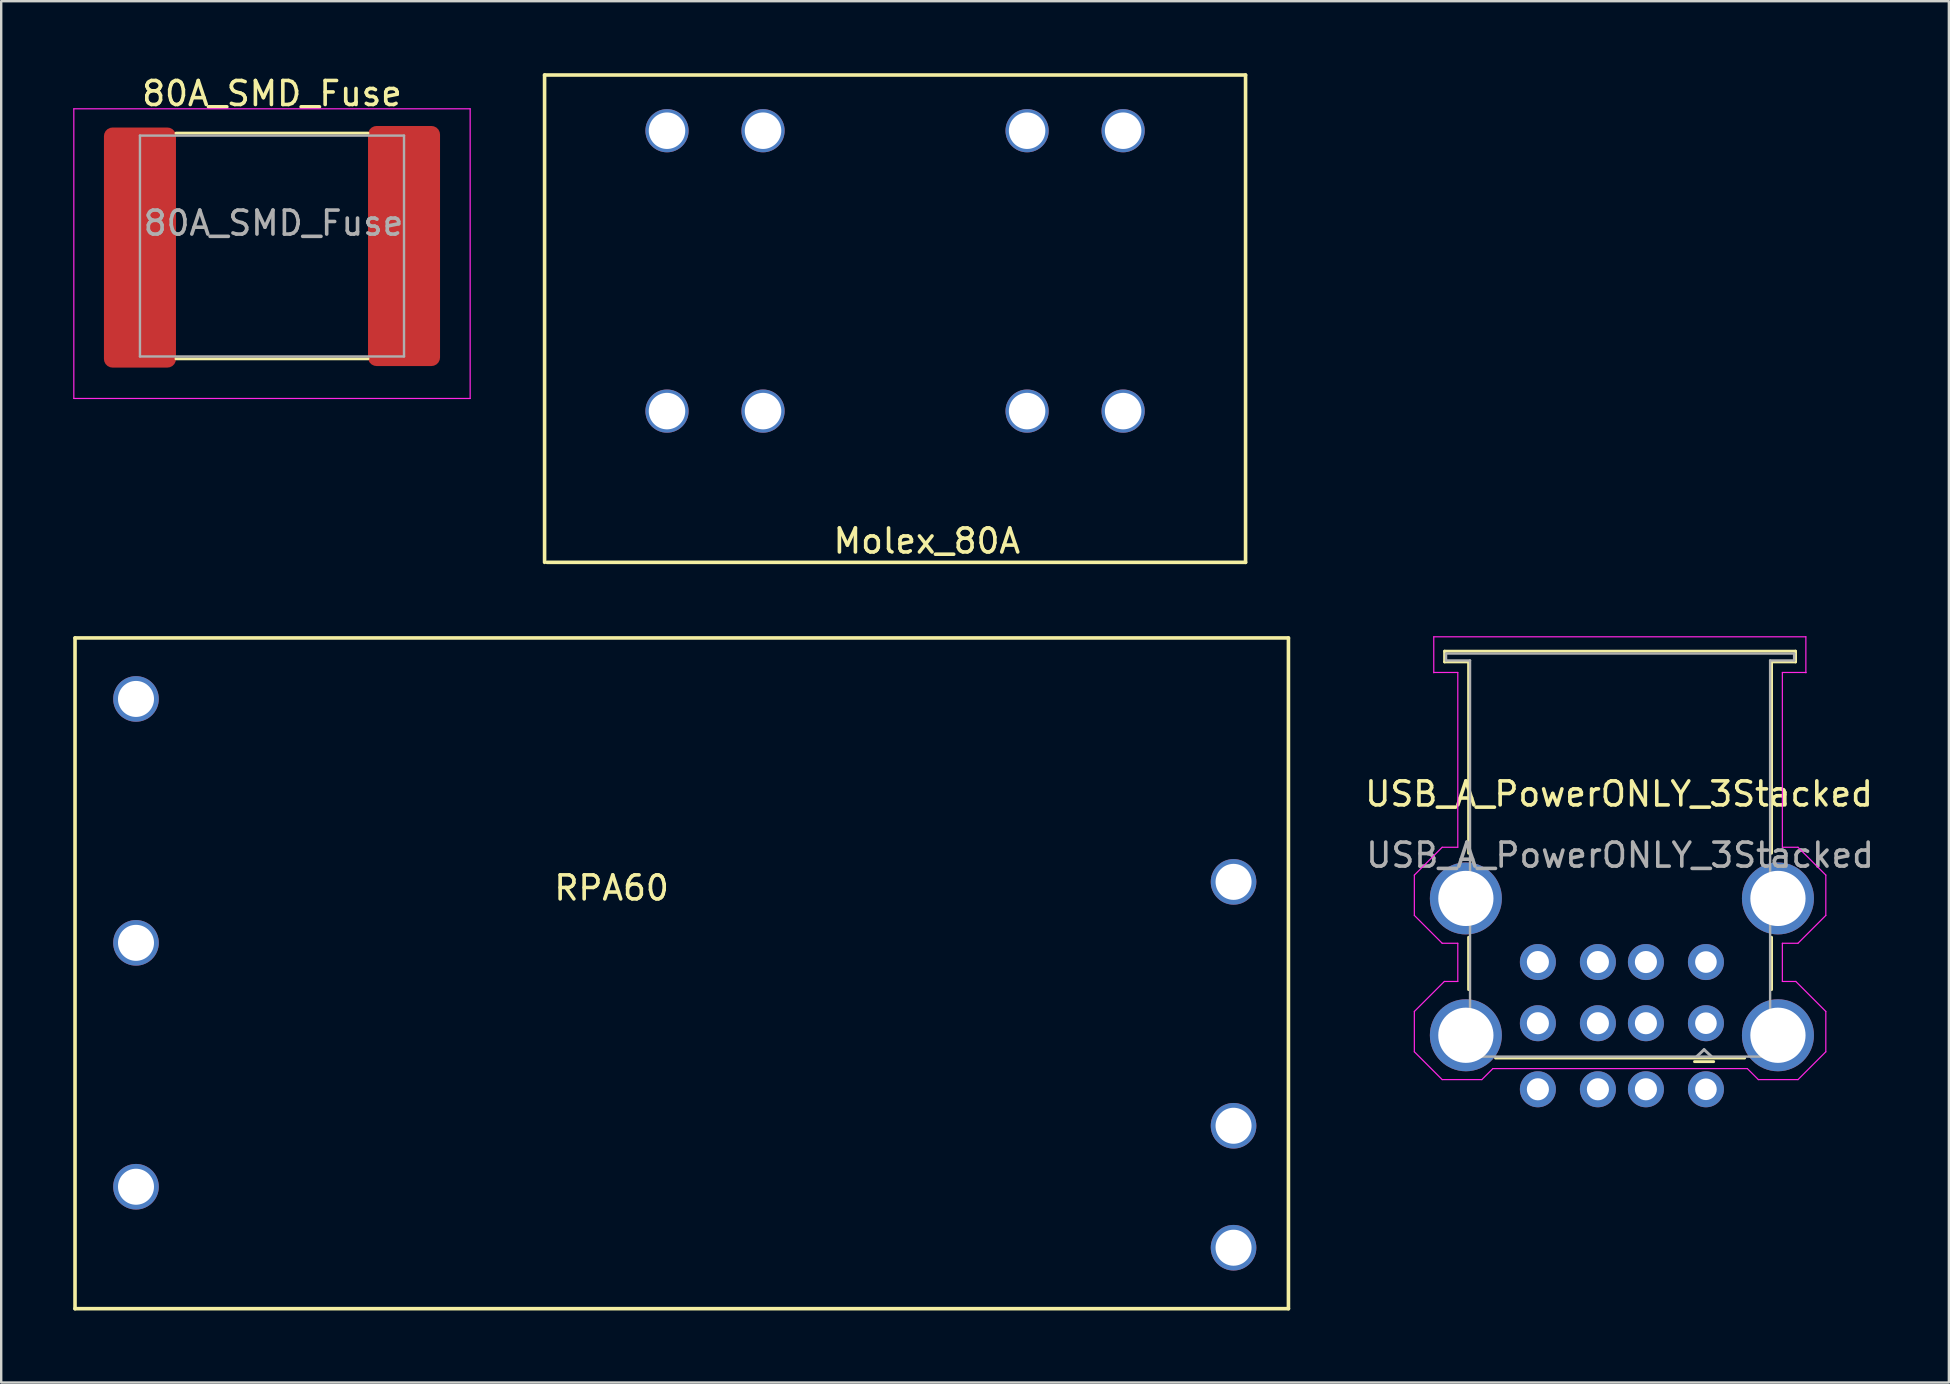
<source format=kicad_pcb>
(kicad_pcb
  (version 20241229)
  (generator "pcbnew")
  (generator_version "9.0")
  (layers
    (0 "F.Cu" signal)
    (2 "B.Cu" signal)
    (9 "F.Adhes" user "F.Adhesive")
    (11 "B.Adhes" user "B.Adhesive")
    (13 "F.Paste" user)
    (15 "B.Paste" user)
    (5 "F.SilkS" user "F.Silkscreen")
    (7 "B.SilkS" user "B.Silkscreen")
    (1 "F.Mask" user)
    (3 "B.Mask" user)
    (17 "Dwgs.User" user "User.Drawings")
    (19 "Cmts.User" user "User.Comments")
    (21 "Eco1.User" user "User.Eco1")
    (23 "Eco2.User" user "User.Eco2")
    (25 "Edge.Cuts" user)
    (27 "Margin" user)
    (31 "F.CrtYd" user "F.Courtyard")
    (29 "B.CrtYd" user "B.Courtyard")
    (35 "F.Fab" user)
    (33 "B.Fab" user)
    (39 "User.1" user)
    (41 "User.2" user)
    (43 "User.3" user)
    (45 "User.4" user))
  (footprint "USB_A_PowerONLY_3Stacked"
    (layer "F.Cu")
    (at 68.012 39.675)
    (property "Reference" "USB_A_PowerONLY_3Stacked" (at -3.619 -9.652 0) (layer "F.SilkS") (effects (font (size 1 1) (thickness 0.15))))
    (attr through_hole)
    (fp_line (start -10.886 -15.6) (end 3.734 -15.6) (stroke (width 0.12) (type solid)) (layer "F.SilkS"))
    (fp_line (start -10.886 -15.152) (end -10.886 -15.6) (stroke (width 0.12) (type solid)) (layer "F.SilkS"))
    (fp_line (start -9.886 -15.152) (end -10.886 -15.152) (stroke (width 0.12) (type solid)) (layer "F.SilkS"))
    (fp_line (start -9.886 -7.182) (end -9.886 -15.152) (stroke (width 0.12) (type solid)) (layer "F.SilkS"))
    (fp_line (start -9.886 -3.682) (end -9.886 -1.502) (stroke (width 0.12) (type solid)) (layer "F.SilkS"))
    (fp_line (start -0.476 1.498) (end 0.324 1.498) (stroke (width 0.12) (type solid)) (layer "F.SilkS"))
    (fp_line (start 1.614 1.348) (end -8.766 1.348) (stroke (width 0.12) (type solid)) (layer "F.SilkS"))
    (fp_line (start 2.734 -15.152) (end 2.734 -7.182) (stroke (width 0.12) (type solid)) (layer "F.SilkS"))
    (fp_line (start 2.734 -3.682) (end 2.734 -1.502) (stroke (width 0.12) (type solid)) (layer "F.SilkS"))
    (fp_line (start 3.734 -15.6) (end 3.734 -15.152) (stroke (width 0.12) (type solid)) (layer "F.SilkS"))
    (fp_line (start 3.734 -15.152) (end 2.734 -15.152) (stroke (width 0.12) (type solid)) (layer "F.SilkS"))
    (fp_line (start -12.146 -6.272) (end -10.986 -7.432) (stroke (width 0.05) (type solid)) (layer "F.CrtYd"))
    (fp_line (start -12.146 -4.592) (end -12.146 -6.272) (stroke (width 0.05) (type solid)) (layer "F.CrtYd"))
    (fp_line (start -12.146 -0.592) (end -10.896 -1.842) (stroke (width 0.05) (type solid)) (layer "F.CrtYd"))
    (fp_line (start -12.146 1.088) (end -12.146 -0.592) (stroke (width 0.05) (type solid)) (layer "F.CrtYd"))
    (fp_line (start -11.337 -16.2) (end -11.337 -14.7) (stroke (width 0.05) (type solid)) (layer "F.CrtYd"))
    (fp_line (start -11.337 -16.199) (end 4.163 -16.199) (stroke (width 0.05) (type solid)) (layer "F.CrtYd"))
    (fp_line (start -10.986 -3.432) (end -12.146 -4.592) (stroke (width 0.05) (type solid)) (layer "F.CrtYd"))
    (fp_line (start -10.986 2.248) (end -12.146 1.088) (stroke (width 0.05) (type solid)) (layer "F.CrtYd"))
    (fp_line (start -10.986 2.248) (end -9.336 2.248) (stroke (width 0.05) (type solid)) (layer "F.CrtYd"))
    (fp_line (start -10.336 -14.712) (end -11.326 -14.712) (stroke (width 0.05) (type solid)) (layer "F.CrtYd"))
    (fp_line (start -10.336 -7.432) (end -10.986 -7.432) (stroke (width 0.05) (type solid)) (layer "F.CrtYd"))
    (fp_line (start -10.336 -7.432) (end -10.336 -14.712) (stroke (width 0.05) (type solid)) (layer "F.CrtYd"))
    (fp_line (start -10.336 -3.432) (end -10.986 -3.432) (stroke (width 0.05) (type solid)) (layer "F.CrtYd"))
    (fp_line (start -10.336 -1.842) (end -10.896 -1.842) (stroke (width 0.05) (type solid)) (layer "F.CrtYd"))
    (fp_line (start -10.336 -1.842) (end -10.336 -3.432) (stroke (width 0.05) (type solid)) (layer "F.CrtYd"))
    (fp_line (start -9.336 2.248) (end -8.876 1.788) (stroke (width 0.05) (type solid)) (layer "F.CrtYd"))
    (fp_line (start -8.876 1.788) (end 1.724 1.788) (stroke (width 0.05) (type solid)) (layer "F.CrtYd"))
    (fp_line (start 2.184 2.248) (end 1.724 1.788) (stroke (width 0.05) (type solid)) (layer "F.CrtYd"))
    (fp_line (start 2.184 2.248) (end 3.834 2.248) (stroke (width 0.05) (type solid)) (layer "F.CrtYd"))
    (fp_line (start 3.184 -14.712) (end 4.174 -14.712) (stroke (width 0.05) (type solid)) (layer "F.CrtYd"))
    (fp_line (start 3.184 -7.432) (end 3.184 -14.712) (stroke (width 0.05) (type solid)) (layer "F.CrtYd"))
    (fp_line (start 3.184 -7.432) (end 3.834 -7.432) (stroke (width 0.05) (type solid)) (layer "F.CrtYd"))
    (fp_line (start 3.184 -1.842) (end 3.184 -3.432) (stroke (width 0.05) (type solid)) (layer "F.CrtYd"))
    (fp_line (start 3.744 -1.842) (end 3.184 -1.842) (stroke (width 0.05) (type solid)) (layer "F.CrtYd"))
    (fp_line (start 3.834 -3.432) (end 3.184 -3.432) (stroke (width 0.05) (type solid)) (layer "F.CrtYd"))
    (fp_line (start 3.834 -3.432) (end 4.994 -4.592) (stroke (width 0.05) (type solid)) (layer "F.CrtYd"))
    (fp_line (start 3.834 2.248) (end 4.994 1.088) (stroke (width 0.05) (type solid)) (layer "F.CrtYd"))
    (fp_line (start 4.163 -16.2) (end 4.163 -14.7) (stroke (width 0.05) (type solid)) (layer "F.CrtYd"))
    (fp_line (start 4.994 -6.272) (end 3.834 -7.432) (stroke (width 0.05) (type solid)) (layer "F.CrtYd"))
    (fp_line (start 4.994 -4.592) (end 4.994 -6.272) (stroke (width 0.05) (type solid)) (layer "F.CrtYd"))
    (fp_line (start 4.994 -0.592) (end 3.744 -1.842) (stroke (width 0.05) (type solid)) (layer "F.CrtYd"))
    (fp_line (start 4.994 1.088) (end 4.994 -0.592) (stroke (width 0.05) (type solid)) (layer "F.CrtYd"))
    (fp_line (start -10.826 -15.5) (end 3.674 -15.5) (stroke (width 0.1) (type solid)) (layer "F.Fab"))
    (fp_line (start -10.826 -15.212) (end -10.826 -15.5) (stroke (width 0.1) (type solid)) (layer "F.Fab"))
    (fp_line (start -9.826 -15.212) (end -10.826 -15.212) (stroke (width 0.1) (type solid)) (layer "F.Fab"))
    (fp_line (start -9.826 1.288) (end -9.826 -15.212) (stroke (width 0.1) (type solid)) (layer "F.Fab"))
    (fp_line (start -9.826 1.288) (end 2.674 1.288) (stroke (width 0.1) (type solid)) (layer "F.Fab"))
    (fp_line (start -0.076 0.998) (end -0.376 1.278) (stroke (width 0.12) (type solid)) (layer "F.Fab"))
    (fp_line (start -0.076 0.998) (end 0.224 1.278) (stroke (width 0.12) (type solid)) (layer "F.Fab"))
    (fp_line (start 2.674 -15.212) (end 3.674 -15.212) (stroke (width 0.1) (type solid)) (layer "F.Fab"))
    (fp_line (start 2.674 1.288) (end 2.674 -15.212) (stroke (width 0.1) (type solid)) (layer "F.Fab"))
    (fp_line (start 3.674 -15.212) (end 3.674 -15.5) (stroke (width 0.1) (type solid)) (layer "F.Fab"))
    (fp_text user "${REFERENCE}" (at -3.576 -7.102 180) (layer "F.Fab") (effects (font (size 1 1) (thickness 0.15))))
    (pad "1" thru_hole circle (at -7 -2.65 180) (size 1.5 1.5) (drill 0.92) (layers "*.Cu" "*.Mask"))
    (pad "1" thru_hole circle (at -7 -0.102 180) (size 1.5 1.5) (drill 0.92) (layers "*.Cu" "*.Mask"))
    (pad "1" thru_hole circle (at -7 2.65 180) (size 1.5 1.5) (drill 0.92) (layers "*.Cu" "*.Mask"))
    (pad "2" thru_hole circle (at -4.5 -2.65 180) (size 1.5 1.5) (drill 0.92) (layers "*.Cu" "*.Mask"))
    (pad "2" thru_hole circle (at -4.5 -0.102 180) (size 1.5 1.5) (drill 0.92) (layers "*.Cu" "*.Mask"))
    (pad "2" thru_hole circle (at -4.5 2.65 180) (size 1.5 1.5) (drill 0.92) (layers "*.Cu" "*.Mask"))
    (pad "3" thru_hole circle (at -2.5 -2.65 180) (size 1.5 1.5) (drill 0.92) (layers "*.Cu" "*.Mask"))
    (pad "3" thru_hole circle (at -2.5 -0.102 180) (size 1.5 1.5) (drill 0.92) (layers "*.Cu" "*.Mask"))
    (pad "3" thru_hole circle (at -2.5 2.65 180) (size 1.5 1.5) (drill 0.92) (layers "*.Cu" "*.Mask"))
    (pad "4" thru_hole circle (at 0 -2.65 180) (size 1.5 1.5) (drill 0.9) (layers "*.Cu" "*.Mask"))
    (pad "4" thru_hole circle (at 0 -0.102 180) (size 1.5 1.5) (drill 0.9) (layers "*.Cu" "*.Mask"))
    (pad "4" thru_hole circle (at 0 2.65 180) (size 1.5 1.5) (drill 0.9) (layers "*.Cu" "*.Mask"))
    (pad "5" thru_hole circle (at -10 -5.3 180) (size 3 3) (drill 2.3) (layers "*.Cu" "*.Mask"))
    (pad "5" thru_hole circle (at -10 0.4 180) (size 3 3) (drill 2.3) (layers "*.Cu" "*.Mask"))
    (pad "5" thru_hole circle (at 3 -5.3 180) (size 3 3) (drill 2.3) (layers "*.Cu" "*.Mask"))
    (pad "5" thru_hole circle (at 3 0.4 180) (size 3 3) (drill 2.3) (layers "*.Cu" "*.Mask")))
  (footprint "80A_SMD_Fuse"
    (layer "F.Cu")
    (at 8.28 7.198)
    (property "Reference" "80A_SMD_Fuse" (at 0 -6.35 0) (layer "F.SilkS") (effects (font (size 1 1) (thickness 0.15))))
    (attr smd)
    (fp_line (start -4 -4.702) (end 4 -4.702) (stroke (width 0.12) (type solid)) (layer "F.SilkS"))
    (fp_line (start -4 4.7) (end 4 4.7) (stroke (width 0.12) (type solid)) (layer "F.SilkS"))
    (fp_line (start -8.255 -5.715) (end 8.255 -5.715) (stroke (width 0.05) (type solid)) (layer "F.CrtYd"))
    (fp_line (start -8.255 6.35) (end -8.255 -5.715) (stroke (width 0.05) (type solid)) (layer "F.CrtYd"))
    (fp_line (start 8.255 -5.715) (end 8.255 6.35) (stroke (width 0.05) (type solid)) (layer "F.CrtYd"))
    (fp_line (start 8.255 6.35) (end -8.255 6.35) (stroke (width 0.05) (type solid)) (layer "F.CrtYd"))
    (fp_line (start -5.5 -4.6) (end 5.5 -4.6) (stroke (width 0.1) (type solid)) (layer "F.Fab"))
    (fp_line (start -5.5 4.6) (end -5.5 -4.6) (stroke (width 0.1) (type solid)) (layer "F.Fab"))
    (fp_line (start 5.5 -4.6) (end 5.5 4.6) (stroke (width 0.1) (type solid)) (layer "F.Fab"))
    (fp_line (start 5.5 4.6) (end -5.5 4.6) (stroke (width 0.1) (type solid)) (layer "F.Fab"))
    (fp_text user "${REFERENCE}" (at 0.064 -0.953 0) (layer "F.Fab") (effects (font (size 1 1) (thickness 0.15))))
    (pad "1" smd roundrect (at -5.5 0.064) (size 3 10) (layers "F.Cu" "F.Mask" "F.Paste") (roundrect_rratio 0.119))
    (pad "2" smd roundrect (at 5.5 0) (size 3 10) (layers "F.Cu" "F.Mask" "F.Paste") (roundrect_rratio 0.119)))
  (footprint "Molex_80A"
    (layer "F.Cu")
    (at 24.735 14.075)
    (property "Reference" "Molex_80A" (at 10.824 5.412 0) (layer "F.SilkS") (effects (font (size 1 1) (thickness 0.15))))
    (attr through_hole)
    (fp_line (start -5.1 -14) (end 24.1 -14) (stroke (width 0.15) (type solid)) (layer "F.SilkS"))
    (fp_line (start -5.1 6.3) (end -5.1 -14) (stroke (width 0.15) (type solid)) (layer "F.SilkS"))
    (fp_line (start 24.1 -14) (end 24.1 6.3) (stroke (width 0.15) (type solid)) (layer "F.SilkS"))
    (fp_line (start 24.1 6.3) (end -5 6.3) (stroke (width 0.15) (type solid)) (layer "F.SilkS"))
    (pad "1" thru_hole circle (at 0 -11.68) (size 1.8 1.8) (drill 1.52) (layers "*.Cu" "*.Mask"))
    (pad "1" thru_hole circle (at 0 0) (size 1.8 1.8) (drill 1.52) (layers "*.Cu" "*.Mask"))
    (pad "1" thru_hole circle (at 4 -11.68) (size 1.8 1.8) (drill 1.52) (layers "*.Cu" "*.Mask"))
    (pad "1" thru_hole circle (at 4 0) (size 1.8 1.8) (drill 1.52) (layers "*.Cu" "*.Mask"))
    (pad "2" thru_hole circle (at 15 -11.68) (size 1.8 1.8) (drill 1.52) (layers "*.Cu" "*.Mask"))
    (pad "2" thru_hole circle (at 15 0) (size 1.8 1.8) (drill 1.52) (layers "*.Cu" "*.Mask"))
    (pad "2" thru_hole circle (at 19 -11.68) (size 1.8 1.8) (drill 1.52) (layers "*.Cu" "*.Mask"))
    (pad "2" thru_hole circle (at 19 0) (size 1.8 1.8) (drill 1.52) (layers "*.Cu" "*.Mask")))
  (footprint "RPA60"
    (layer "F.Cu")
    (at 48.335 48.925)
    (property "Reference" "RPA60" (at -25.908 -14.986 0) (layer "F.SilkS") (effects (font (size 1 1) (thickness 0.15))))
    (attr through_hole)
    (fp_line (start -48.26 -25.4) (end -48.26 2.54) (stroke (width 0.15) (type solid)) (layer "F.SilkS"))
    (fp_line (start -48.26 2.54) (end 2.286 2.54) (stroke (width 0.15) (type solid)) (layer "F.SilkS"))
    (fp_line (start 2.286 -25.4) (end -48.26 -25.4) (stroke (width 0.15) (type solid)) (layer "F.SilkS"))
    (fp_line (start 2.286 2.54) (end 2.286 -25.4) (stroke (width 0.15) (type solid)) (layer "F.SilkS"))
    (pad "1" thru_hole circle (at 0 0 180) (size 1.9 1.9) (drill 1.5) (layers "*.Cu" "*.Mask"))
    (pad "2" thru_hole circle (at 0 -5.08 180) (size 1.9 1.9) (drill 1.5) (layers "*.Cu" "*.Mask"))
    (pad "3" thru_hole circle (at 0 -15.24 180) (size 1.9 1.9) (drill 1.5) (layers "*.Cu" "*.Mask"))
    (pad "4" thru_hole circle (at -45.72 -2.54 180) (size 1.9 1.9) (drill 1.5) (layers "*.Cu" "*.Mask"))
    (pad "5" thru_hole circle (at -45.72 -12.7 180) (size 1.9 1.9) (drill 1.5) (layers "*.Cu" "*.Mask"))
    (pad "6" thru_hole circle (at -45.72 -22.86 180) (size 1.9 1.9) (drill 1.5) (layers "*.Cu" "*.Mask")))
  (gr_rect
    (start -3 -3)
    (end 78.132 54.54)
    (stroke (width 0.1) (type default))
    (fill no)
    (layer "Edge.Cuts")))
</source>
